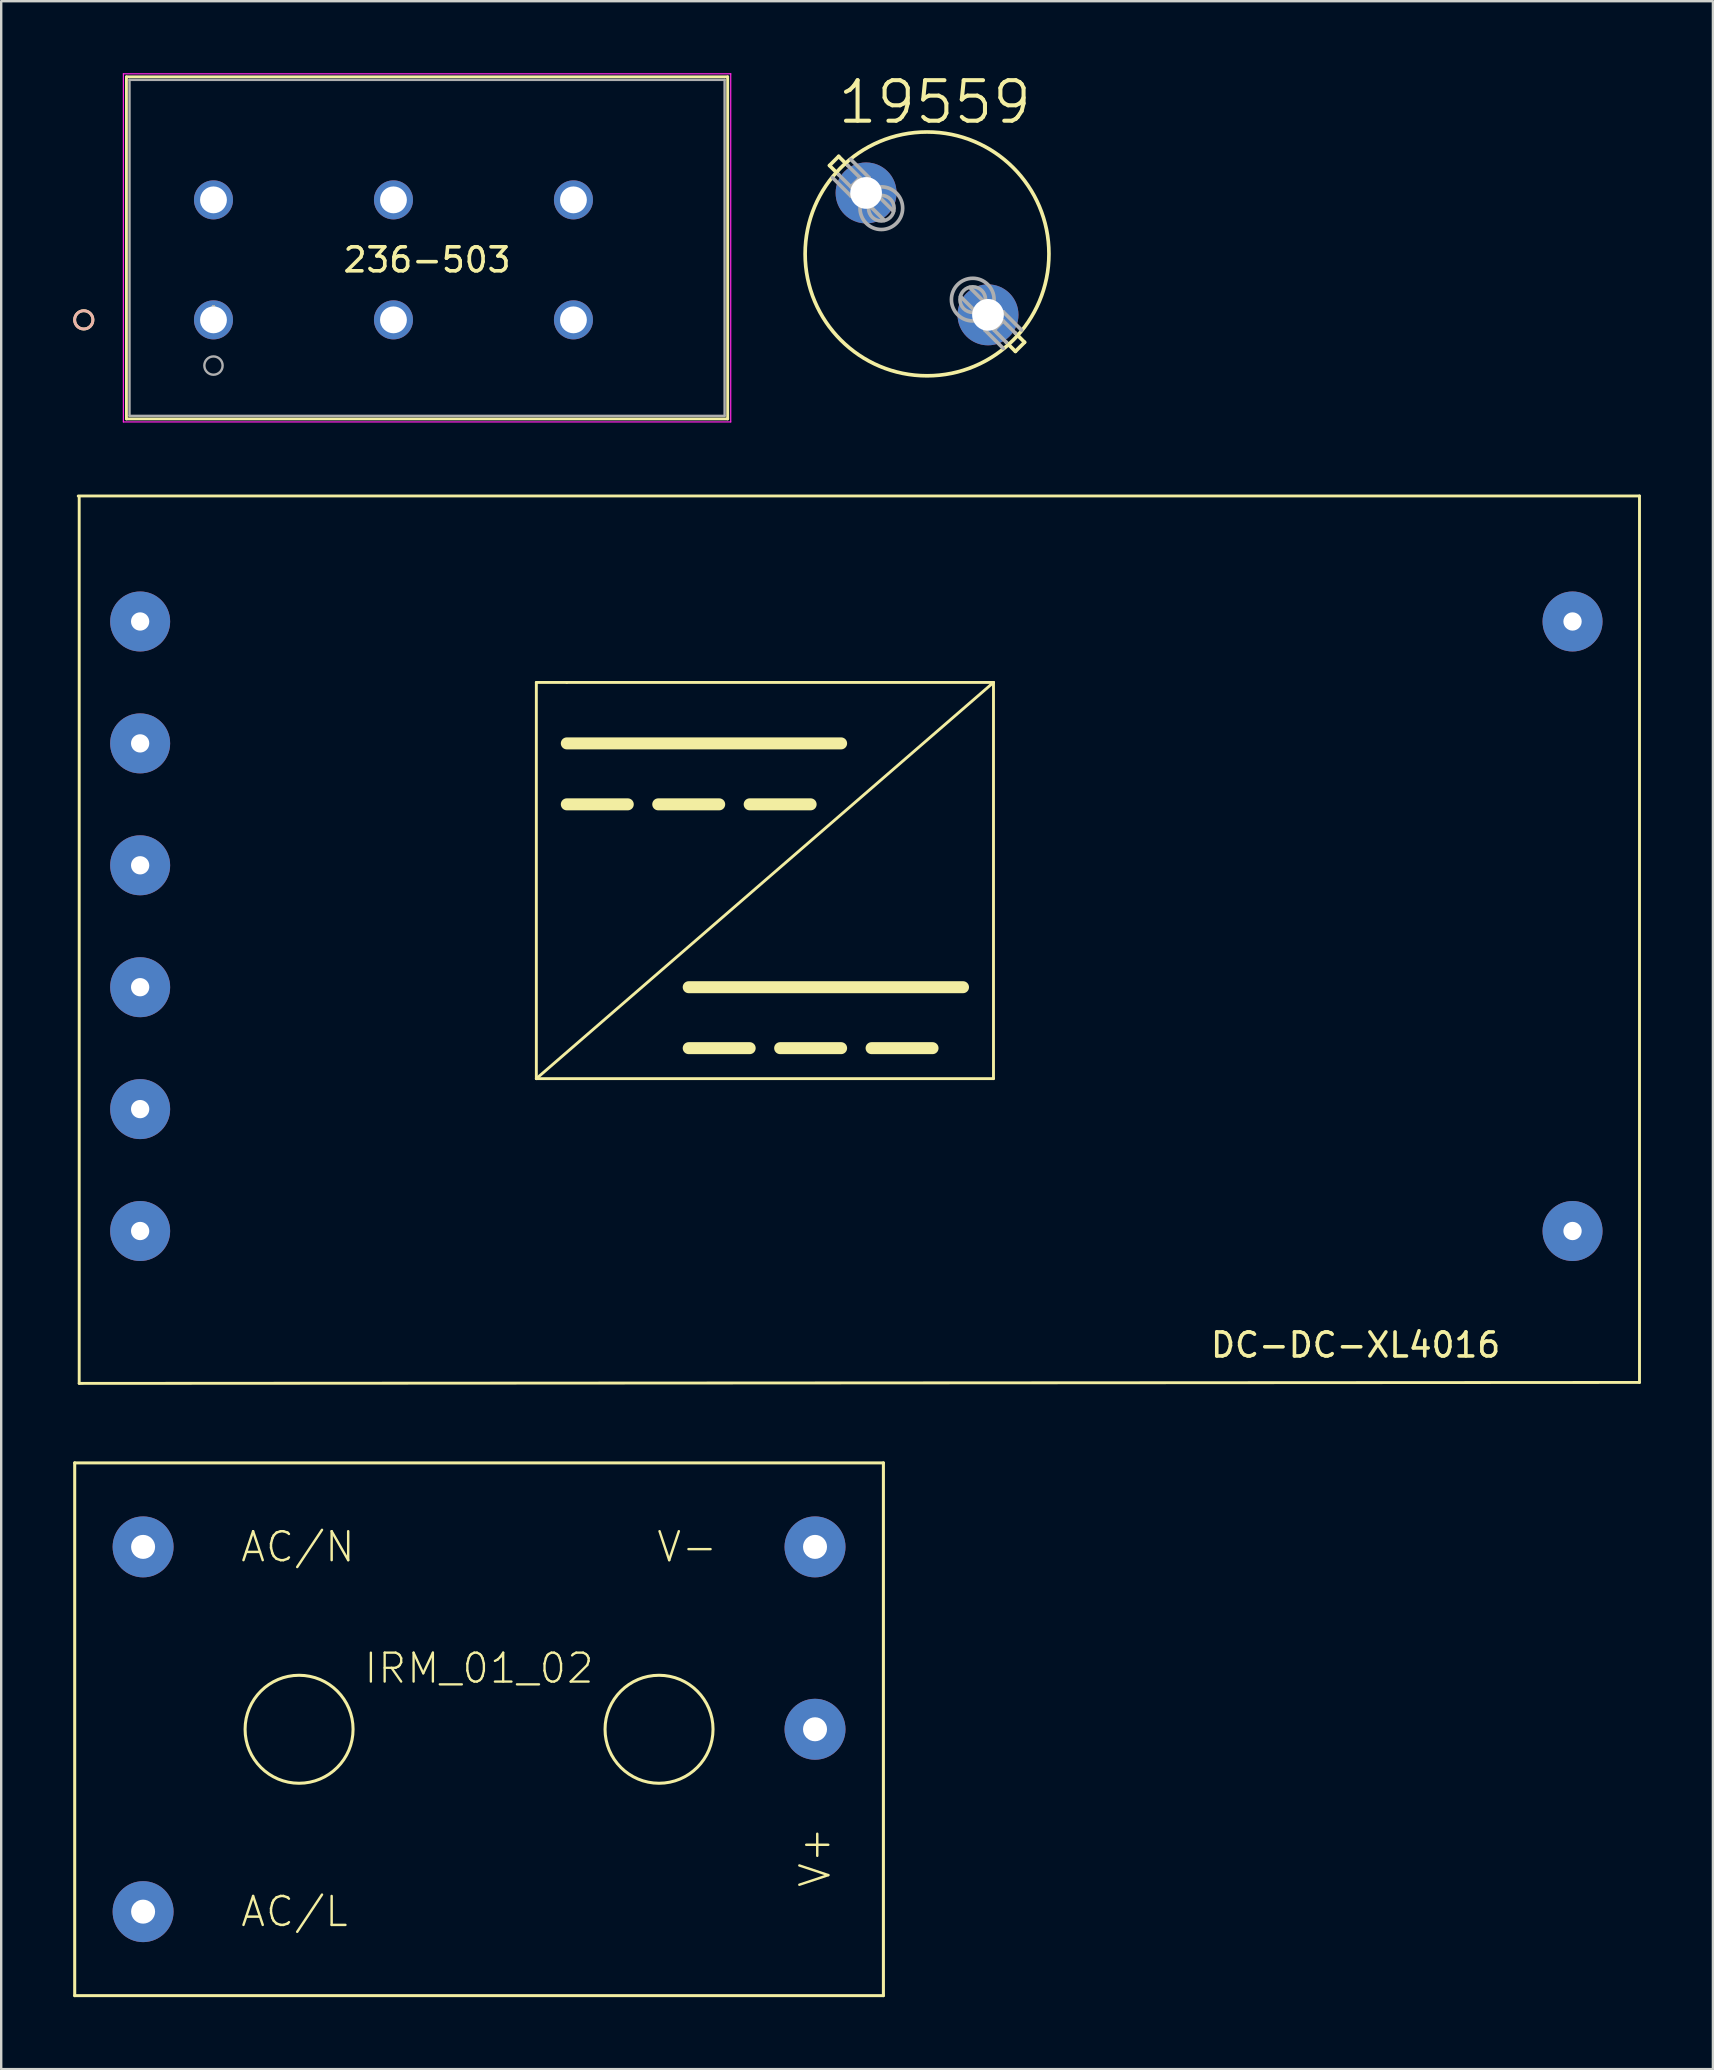
<source format=kicad_pcb>
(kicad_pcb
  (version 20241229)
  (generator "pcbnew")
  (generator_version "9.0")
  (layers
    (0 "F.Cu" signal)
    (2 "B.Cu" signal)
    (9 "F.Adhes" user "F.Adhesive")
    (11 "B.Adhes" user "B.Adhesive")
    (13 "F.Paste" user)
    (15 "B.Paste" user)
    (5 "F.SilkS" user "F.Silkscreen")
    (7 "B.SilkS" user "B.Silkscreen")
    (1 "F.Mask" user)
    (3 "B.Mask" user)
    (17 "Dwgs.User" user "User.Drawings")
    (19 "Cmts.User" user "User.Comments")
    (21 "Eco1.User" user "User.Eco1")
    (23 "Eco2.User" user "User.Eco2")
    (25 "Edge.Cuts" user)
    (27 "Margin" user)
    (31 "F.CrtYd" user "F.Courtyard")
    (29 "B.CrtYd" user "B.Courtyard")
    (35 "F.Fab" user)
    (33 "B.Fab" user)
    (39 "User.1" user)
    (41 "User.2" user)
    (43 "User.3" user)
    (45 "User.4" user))
  (footprint "IRM_01_02"
    (layer "F.Cu")
    (at 16.913 69.011)
    (property "Reference" "IRM_01_02" (at 0 -2.54 0) (layer "F.SilkS") (effects (font (size 1.206 1.206) (thickness 0.097))))
    (attr through_hole)
    (fp_line (start -16.85 -11.1) (end -16.85 11.1) (stroke (width 0.127) (type solid)) (layer "F.SilkS"))
    (fp_line (start -16.85 11.1) (end 16.85 11.1) (stroke (width 0.127) (type solid)) (layer "F.SilkS"))
    (fp_line (start 16.85 -11.1) (end -16.85 -11.1) (stroke (width 0.127) (type solid)) (layer "F.SilkS"))
    (fp_line (start 16.85 11.1) (end 16.85 -11.1) (stroke (width 0.127) (type solid)) (layer "F.SilkS"))
    (fp_circle (center -7.5 0) (end -5.25 0) (stroke (width 0.127) (type solid)) (fill no) (layer "F.SilkS"))
    (fp_circle (center 7.5 0) (end 9.75 0) (stroke (width 0.127) (type solid)) (fill no) (layer "F.SilkS"))
    (fp_text user "AC/L" (at -10 7.6 0) (layer "F.SilkS") (effects (font (size 1.206 1.206) (thickness 0.102)) (justify left)))
    (fp_text user "AC/N" (at -10 -7.6 0) (layer "F.SilkS") (effects (font (size 1.206 1.206) (thickness 0.102)) (justify left)))
    (fp_text user "V+" (at 14 4 90) (layer "F.SilkS") (effects (font (size 1.206 1.206) (thickness 0.102)) (justify right)))
    (fp_text user "V-" (at 10 -7.6 0) (layer "F.SilkS") (effects (font (size 1.206 1.206) (thickness 0.102)) (justify right)))
    (pad "AC/L" thru_hole circle (at -14 7.6) (size 2.54 2.54) (drill 1) (layers "*.Cu" "*.Mask"))
    (pad "AC/N" thru_hole circle (at -14 -7.6) (size 2.54 2.54) (drill 1) (layers "*.Cu" "*.Mask"))
    (pad "V+" thru_hole circle (at 14 0) (size 2.54 2.54) (drill 1) (layers "*.Cu" "*.Mask"))
    (pad "V-" thru_hole circle (at 14 -7.6) (size 2.54 2.54) (drill 1) (layers "*.Cu" "*.Mask")))
  (footprint "19559"
    (layer "F.Cu")
    (at 35.581 7.53)
    (property "Reference" "19559" (at -3.81 -5.334 180) (layer "F.SilkS") (effects (font (size 1.689 1.689) (thickness 0.169)) (justify left bottom)))
    (attr through_hole)
    (fp_line (start -4.064 -3.683) (end -3.683 -4.064) (stroke (width 0.152) (type solid)) (layer "F.SilkS"))
    (fp_line (start -4.064 -3.683) (end -3.683 -3.302) (stroke (width 0.152) (type solid)) (layer "F.SilkS"))
    (fp_line (start -3.683 -4.064) (end -3.302 -3.683) (stroke (width 0.152) (type solid)) (layer "F.SilkS"))
    (fp_line (start 3.302 3.683) (end 3.683 4.064) (stroke (width 0.152) (type solid)) (layer "F.SilkS"))
    (fp_line (start 4.064 3.683) (end 3.683 3.302) (stroke (width 0.152) (type solid)) (layer "F.SilkS"))
    (fp_line (start 4.064 3.683) (end 3.683 4.064) (stroke (width 0.152) (type solid)) (layer "F.SilkS"))
    (fp_circle (center 0 0) (end 5.08 0) (stroke (width 0.152) (type solid)) (fill no) (layer "F.SilkS"))
    (fp_line (start -3.937 -3.175) (end -3.175 -2.413) (stroke (width 0.152) (type solid)) (layer "F.Fab"))
    (fp_line (start -3.683 -3.302) (end -3.175 -2.794) (stroke (width 0.152) (type solid)) (layer "F.Fab"))
    (fp_line (start -3.302 -3.683) (end -2.794 -3.175) (stroke (width 0.152) (type solid)) (layer "F.Fab"))
    (fp_line (start -3.175 -3.937) (end -2.413 -3.175) (stroke (width 0.152) (type solid)) (layer "F.Fab"))
    (fp_line (start -3.175 -2.794) (end -2.794 -3.175) (stroke (width 0.152) (type solid)) (layer "F.Fab"))
    (fp_line (start -3.175 -2.413) (end -2.413 -3.175) (stroke (width 0.152) (type solid)) (layer "F.Fab"))
    (fp_line (start -2.413 -2.032) (end -1.778 -1.397) (stroke (width 0.152) (type solid)) (layer "F.Fab"))
    (fp_line (start -2.032 -2.413) (end -1.397 -1.778) (stroke (width 0.152) (type solid)) (layer "F.Fab"))
    (fp_line (start 1.397 1.778) (end 2.032 2.413) (stroke (width 0.152) (type solid)) (layer "F.Fab"))
    (fp_line (start 1.778 1.397) (end 2.413 2.032) (stroke (width 0.152) (type solid)) (layer "F.Fab"))
    (fp_line (start 2.413 3.175) (end 3.175 2.413) (stroke (width 0.152) (type solid)) (layer "F.Fab"))
    (fp_line (start 2.794 3.175) (end 3.175 2.794) (stroke (width 0.152) (type solid)) (layer "F.Fab"))
    (fp_line (start 3.175 2.413) (end 3.937 3.175) (stroke (width 0.152) (type solid)) (layer "F.Fab"))
    (fp_line (start 3.175 3.937) (end 2.413 3.175) (stroke (width 0.152) (type solid)) (layer "F.Fab"))
    (fp_line (start 3.302 3.683) (end 2.794 3.175) (stroke (width 0.152) (type solid)) (layer "F.Fab"))
    (fp_line (start 3.683 3.302) (end 3.175 2.794) (stroke (width 0.152) (type solid)) (layer "F.Fab"))
    (fp_circle (center -1.905 -1.905) (end -1.372 -1.905) (stroke (width 0.152) (type solid)) (fill no) (layer "F.Fab"))
    (fp_circle (center -1.905 -1.905) (end -1.016 -1.905) (stroke (width 0.152) (type solid)) (fill no) (layer "F.Fab"))
    (fp_circle (center 1.905 1.905) (end 2.438 1.905) (stroke (width 0.152) (type solid)) (fill no) (layer "F.Fab"))
    (fp_circle (center 1.905 1.905) (end 2.794 1.905) (stroke (width 0.152) (type solid)) (fill no) (layer "F.Fab"))
    (pad "1" thru_hole circle (at -2.54 -2.54) (size 2.54 2.54) (drill 1.321) (layers "*.Cu" "*.Mask"))
    (pad "2" thru_hole circle (at 2.54 2.54) (size 2.54 2.54) (drill 1.321) (layers "*.Cu" "*.Mask")))
  (footprint "236-503"
    (layer "F.Cu")
    (at 5.846 10.279)
    (property "Reference" "236-503" (at 8.9 -2.5 0) (layer "F.SilkS") (effects (font (size 1 1) (thickness 0.15))))
    (attr through_hole)
    (fp_line (start -3.627 -10.127) (end -3.627 4.127) (stroke (width 0.12) (type solid)) (layer "F.SilkS"))
    (fp_line (start -3.627 4.127) (end 21.427 4.127) (stroke (width 0.12) (type solid)) (layer "F.SilkS"))
    (fp_line (start 21.427 -10.127) (end -3.627 -10.127) (stroke (width 0.12) (type solid)) (layer "F.SilkS"))
    (fp_line (start 21.427 4.127) (end 21.427 -10.127) (stroke (width 0.12) (type solid)) (layer "F.SilkS"))
    (fp_circle (center -5.405 0) (end -5.024 0) (stroke (width 0.12) (type solid)) (fill no) (layer "F.SilkS"))
    (fp_circle (center -5.405 0) (end -5.024 0) (stroke (width 0.12) (type solid)) (fill no) (layer "B.SilkS"))
    (fp_line (start -3.754 -10.254) (end -3.754 4.254) (stroke (width 0.05) (type solid)) (layer "F.CrtYd"))
    (fp_line (start -3.754 4.254) (end 21.554 4.254) (stroke (width 0.05) (type solid)) (layer "F.CrtYd"))
    (fp_line (start 21.554 -10.254) (end -3.754 -10.254) (stroke (width 0.05) (type solid)) (layer "F.CrtYd"))
    (fp_line (start 21.554 4.254) (end 21.554 -10.254) (stroke (width 0.05) (type solid)) (layer "F.CrtYd"))
    (fp_line (start -3.5 -10) (end -3.5 4) (stroke (width 0.1) (type solid)) (layer "F.Fab"))
    (fp_line (start -3.5 4) (end 21.3 4) (stroke (width 0.1) (type solid)) (layer "F.Fab"))
    (fp_line (start 21.3 -10) (end -3.5 -10) (stroke (width 0.1) (type solid)) (layer "F.Fab"))
    (fp_line (start 21.3 4) (end 21.3 -10) (stroke (width 0.1) (type solid)) (layer "F.Fab"))
    (fp_circle (center 0 1.905) (end 0.381 1.905) (stroke (width 0.1) (type solid)) (fill no) (layer "F.Fab"))
    (fp_text user "*" (at 0 0 0) (layer "F.SilkS") (effects (font (size 1 1) (thickness 0.15))))
    (fp_text user "Copyright 2021 Accelerated Designs. All rights reserved." (at 0 0 0) (layer "Cmts.User") (effects (font (size 0.127 0.127) (thickness 0.002))))
    (fp_text user "*" (at 0 0 0) (layer "F.Fab") (effects (font (size 1 1) (thickness 0.15))))
    (pad "1" thru_hole circle (at 0 0) (size 1.626 1.626) (drill 1.118) (layers "*.Cu" "*.Mask"))
    (pad "2" thru_hole circle (at 7.5 0) (size 1.626 1.626) (drill 1.118) (layers "*.Cu" "*.Mask"))
    (pad "3" thru_hole circle (at 15 0) (size 1.626 1.626) (drill 1.118) (layers "*.Cu" "*.Mask"))
    (pad "4" thru_hole circle (at 0 -5) (size 1.626 1.626) (drill 1.118) (layers "*.Cu" "*.Mask"))
    (pad "5" thru_hole circle (at 7.5 -5) (size 1.626 1.626) (drill 1.118) (layers "*.Cu" "*.Mask"))
    (pad "6" thru_hole circle (at 15 -5) (size 1.626 1.626) (drill 1.118) (layers "*.Cu" "*.Mask")))
  (footprint "DC-DC-XL4016"
    (layer "F.Cu")
    (at 0.25 54.598)
    (property "Reference" "DC-DC-XL4016" (at 53.19 -1.6 0) (layer "F.SilkS") (effects (font (size 1 1) (thickness 0.15))))
    (attr through_hole)
    (fp_line (start -0.04 -36.98) (end 65.02 -36.98) (stroke (width 0.12) (type solid)) (layer "F.SilkS"))
    (fp_line (start 0 0) (end 0 -36.95) (stroke (width 0.12) (type solid)) (layer "F.SilkS"))
    (fp_line (start 19.05 -29.21) (end 19.05 -12.7) (stroke (width 0.12) (type solid)) (layer "F.SilkS"))
    (fp_line (start 19.05 -12.7) (end 38.1 -29.21) (stroke (width 0.12) (type solid)) (layer "F.SilkS"))
    (fp_line (start 19.05 -12.7) (end 38.1 -12.7) (stroke (width 0.12) (type solid)) (layer "F.SilkS"))
    (fp_line (start 20.32 -29.21) (end 19.05 -29.21) (stroke (width 0.12) (type solid)) (layer "F.SilkS"))
    (fp_line (start 20.32 -26.67) (end 31.75 -26.67) (stroke (width 0.5) (type solid)) (layer "F.SilkS"))
    (fp_line (start 20.32 -24.13) (end 22.86 -24.13) (stroke (width 0.5) (type solid)) (layer "F.SilkS"))
    (fp_line (start 24.13 -24.13) (end 26.67 -24.13) (stroke (width 0.5) (type solid)) (layer "F.SilkS"))
    (fp_line (start 25.4 -16.51) (end 36.83 -16.51) (stroke (width 0.5) (type solid)) (layer "F.SilkS"))
    (fp_line (start 25.4 -13.97) (end 27.94 -13.97) (stroke (width 0.5) (type solid)) (layer "F.SilkS"))
    (fp_line (start 27.94 -24.13) (end 30.48 -24.13) (stroke (width 0.5) (type solid)) (layer "F.SilkS"))
    (fp_line (start 29.21 -13.97) (end 31.75 -13.97) (stroke (width 0.5) (type solid)) (layer "F.SilkS"))
    (fp_line (start 33.02 -13.97) (end 35.56 -13.97) (stroke (width 0.5) (type solid)) (layer "F.SilkS"))
    (fp_line (start 38.1 -29.21) (end 20.32 -29.21) (stroke (width 0.12) (type solid)) (layer "F.SilkS"))
    (fp_line (start 38.1 -12.7) (end 38.1 -29.21) (stroke (width 0.12) (type solid)) (layer "F.SilkS"))
    (fp_line (start 65.02 -36.98) (end 65.02 -0.04) (stroke (width 0.12) (type solid)) (layer "F.SilkS"))
    (fp_line (start 65.02 -0.04) (end 0 0) (stroke (width 0.12) (type solid)) (layer "F.SilkS"))
    (pad "" thru_hole circle (at 2.54 -31.75) (size 2.5 2.5) (drill 0.762) (layers "*.Cu" "*.Mask"))
    (pad "" thru_hole circle (at 2.54 -6.35) (size 2.5 2.5) (drill 0.762) (layers "*.Cu" "*.Mask"))
    (pad "" thru_hole circle (at 62.23 -31.75) (size 2.5 2.5) (drill 0.762) (layers "*.Cu" "*.Mask"))
    (pad "" thru_hole circle (at 62.23 -6.35) (size 2.5 2.5) (drill 0.762) (layers "*.Cu" "*.Mask"))
    (pad "1" thru_hole circle (at 2.54 -26.67) (size 2.5 2.5) (drill 0.762) (layers "*.Cu" "*.Mask"))
    (pad "2" thru_hole circle (at 2.54 -21.59) (size 2.5 2.5) (drill 0.762) (layers "*.Cu" "*.Mask"))
    (pad "3" thru_hole circle (at 2.54 -16.51) (size 2.5 2.5) (drill 0.762) (layers "*.Cu" "*.Mask"))
    (pad "4" thru_hole circle (at 2.54 -11.43) (size 2.5 2.5) (drill 0.762) (layers "*.Cu" "*.Mask")))
  (gr_rect
    (start -3 -3)
    (end 68.33 83.175)
    (stroke (width 0.1) (type default))
    (fill no)
    (layer "Edge.Cuts")))
</source>
